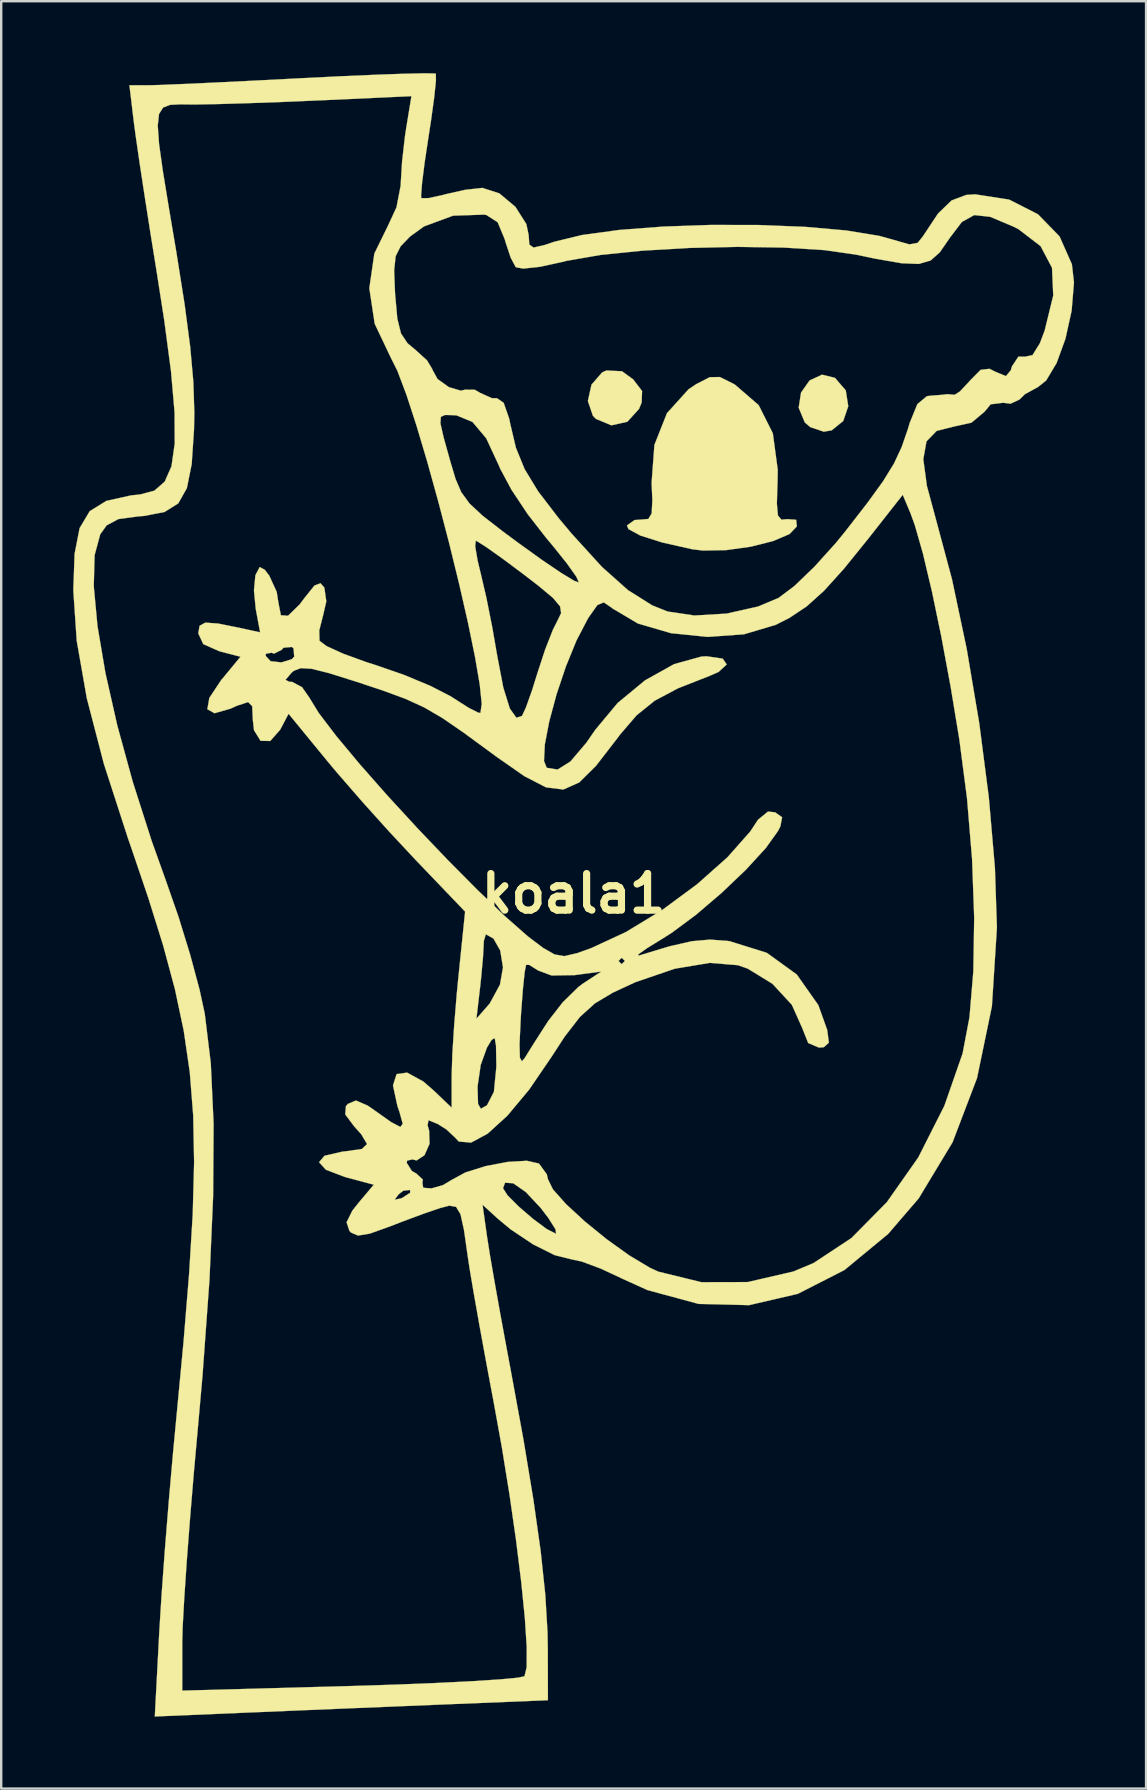
<source format=kicad_pcb>
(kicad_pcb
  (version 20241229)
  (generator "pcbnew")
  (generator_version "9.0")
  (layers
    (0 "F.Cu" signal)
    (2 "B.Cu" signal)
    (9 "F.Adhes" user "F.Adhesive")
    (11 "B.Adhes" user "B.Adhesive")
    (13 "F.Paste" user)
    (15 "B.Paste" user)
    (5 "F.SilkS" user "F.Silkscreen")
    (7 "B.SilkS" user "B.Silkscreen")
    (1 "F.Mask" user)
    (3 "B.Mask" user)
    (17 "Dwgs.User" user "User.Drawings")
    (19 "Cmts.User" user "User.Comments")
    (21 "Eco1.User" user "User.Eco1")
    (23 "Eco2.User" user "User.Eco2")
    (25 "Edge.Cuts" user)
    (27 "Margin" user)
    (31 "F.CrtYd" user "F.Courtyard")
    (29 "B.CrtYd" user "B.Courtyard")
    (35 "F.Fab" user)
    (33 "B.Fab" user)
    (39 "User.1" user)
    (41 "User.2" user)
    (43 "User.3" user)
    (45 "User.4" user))
  (footprint "koala1"
    (layer "F.Cu")
    (at 20.854 34.192)
    (property "Reference" "koala1" (at 0 0 0) (layer "F.SilkS") (effects (font (size 1.524 1.524) (thickness 0.3))))
    (attr through_hole)
    (fp_poly (pts (xy 10.895 -21.494) (xy 11.345 -20.97) (xy 11.448 -20.312) (xy 11.24 -19.699) (xy 10.758 -19.307) (xy 10.427 -19.251) (xy 9.862 -19.443) (xy 9.637 -19.637) (xy 9.382 -20.25) (xy 9.48 -20.88) (xy 9.836 -21.386) (xy 10.355 -21.627) (xy 10.895 -21.494)) (stroke (width 0.01) (type solid)) (fill yes) (layer "F.SilkS"))
    (fp_poly (pts (xy 2.02 -21.769) (xy 2.486 -21.429) (xy 2.856 -20.945) (xy 2.837 -20.466) (xy 2.727 -20.198) (xy 2.242 -19.665) (xy 1.576 -19.516) (xy 0.936 -19.782) (xy 0.805 -19.915) (xy 0.596 -20.53) (xy 0.748 -21.213) (xy 1.189 -21.719) (xy 1.369 -21.801) (xy 2.02 -21.769)) (stroke (width 0.01) (type solid)) (fill yes) (layer "F.SilkS"))
    (fp_poly (pts (xy 6.66 -21.249) (xy 6.729 -21.209) (xy 7.715 -20.358) (xy 8.305 -19.183) (xy 8.511 -17.657) (xy 8.501 -17.164) (xy 8.473 -16.25) (xy 8.518 -15.759) (xy 8.663 -15.584) (xy 8.906 -15.606) (xy 9.277 -15.579) (xy 9.307 -15.305) (xy 9.002 -14.985) (xy 8.31 -14.691) (xy 7.38 -14.457) (xy 6.36 -14.315) (xy 5.397 -14.297) (xy 4.946 -14.351) (xy 3.69 -14.635) (xy 2.782 -14.923) (xy 2.289 -15.191) (xy 2.225 -15.344) (xy 2.542 -15.568) (xy 2.837 -15.589) (xy 3.116 -15.614) (xy 3.255 -15.844) (xy 3.284 -16.398) (xy 3.252 -17.115) (xy 3.369 -18.699) (xy 3.893 -20.023) (xy 4.793 -21.019) (xy 5.113 -21.233) (xy 5.675 -21.522) (xy 6.097 -21.529) (xy 6.66 -21.249)) (stroke (width 0.01) (type solid)) (fill yes) (layer "F.SilkS"))
    (fp_poly (pts (xy -5.77 -34.178) (xy -5.74 -34.171) (xy -5.736 -33.88) (xy -5.808 -33.183) (xy -5.943 -32.202) (xy -6.04 -31.574) (xy -6.204 -30.486) (xy -6.314 -29.617) (xy -6.356 -29.086) (xy -6.345 -28.982) (xy -6.051 -28.984) (xy -5.453 -29.114) (xy -5.331 -29.148) (xy -4.519 -29.331) (xy -3.819 -29.41) (xy -3.8 -29.411) (xy -3.093 -29.183) (xy -2.423 -28.621) (xy -1.968 -27.905) (xy -1.872 -27.449) (xy -1.844 -27.05) (xy -1.667 -26.924) (xy -1.199 -27.033) (xy -0.81 -27.165) (xy 0.349 -27.447) (xy 1.904 -27.659) (xy 3.733 -27.799) (xy 5.716 -27.868) (xy 7.729 -27.864) (xy 9.651 -27.788) (xy 11.361 -27.637) (xy 12.737 -27.412) (xy 13.354 -27.241) (xy 13.992 -27.057) (xy 14.341 -27.121) (xy 14.557 -27.39) (xy 15.19 -28.343) (xy 15.754 -28.888) (xy 16.364 -29.117) (xy 16.739 -29.143) (xy 18.154 -28.923) (xy 19.354 -28.313) (xy 20.254 -27.39) (xy 20.768 -26.231) (xy 20.855 -25.47) (xy 20.758 -24.294) (xy 20.501 -23.128) (xy 20.131 -22.111) (xy 19.696 -21.384) (xy 19.352 -21.11) (xy 18.813 -20.815) (xy 18.586 -20.593) (xy 18.216 -20.418) (xy 17.907 -20.456) (xy 17.382 -20.392) (xy 17.127 -20.082) (xy 16.583 -19.626) (xy 15.858 -19.467) (xy 15.132 -19.284) (xy 14.708 -18.847) (xy 14.576 -18.102) (xy 14.725 -16.993) (xy 15.09 -15.641) (xy 15.772 -13.098) (xy 16.386 -10.195) (xy 16.907 -7.107) (xy 17.307 -4.006) (xy 17.561 -1.065) (xy 17.644 1.417) (xy 17.435 4.698) (xy 16.815 7.688) (xy 15.795 10.365) (xy 14.382 12.705) (xy 13.109 14.185) (xy 11.288 15.689) (xy 9.347 16.68) (xy 7.312 17.152) (xy 5.213 17.101) (xy 3.077 16.523) (xy 2.035 16.05) (xy 1.133 15.629) (xy 0.348 15.336) (xy -0.104 15.239) (xy -0.786 15.068) (xy -1.683 14.621) (xy -2.624 13.992) (xy -3.166 13.541) (xy -3.793 12.967) (xy -3.605 14.304) (xy -3.489 15.041) (xy -3.294 16.172) (xy -3.045 17.566) (xy -2.763 19.093) (xy -2.633 19.785) (xy -2.088 22.757) (xy -1.671 25.277) (xy -1.37 27.41) (xy -1.178 29.223) (xy -1.086 30.78) (xy -1.074 31.447) (xy -1.069 33.617) (xy -5.281 33.788) (xy -7.178 33.866) (xy -9.315 33.954) (xy -11.442 34.042) (xy -13.309 34.121) (xy -13.472 34.127) (xy -17.452 34.295) (xy -17.263 30.717) (xy -17.17 29.225) (xy -17.035 27.377) (xy -16.872 25.351) (xy -16.694 23.321) (xy -16.567 21.986) (xy -16.255 18.685) (xy -16.022 15.838) (xy -15.872 13.367) (xy -15.814 11.197) (xy -15.852 9.25) (xy -15.994 7.449) (xy -16.246 5.718) (xy -16.614 3.981) (xy -17.104 2.161) (xy -17.723 0.18) (xy -18.476 -2.036) (xy -18.564 -2.286) (xy -19.575 -5.407) (xy -20.286 -8.142) (xy -20.707 -10.539) (xy -20.849 -12.646) (xy -20.843 -12.806) (xy -19.996 -12.806) (xy -19.841 -11.148) (xy -19.51 -9.194) (xy -19.016 -7.008) (xy -18.37 -4.655) (xy -17.584 -2.199) (xy -16.981 -0.513) (xy -16.461 0.978) (xy -15.977 2.551) (xy -15.587 4.004) (xy -15.37 5.009) (xy -15.119 7.068) (xy -15.002 9.594) (xy -15.021 12.599) (xy -15.174 16.093) (xy -15.464 20.089) (xy -15.641 22.084) (xy -15.823 24.107) (xy -15.986 26.064) (xy -16.123 27.86) (xy -16.227 29.398) (xy -16.292 30.581) (xy -16.309 31.227) (xy -16.309 33.217) (xy -9.291 33.025) (xy -7.402 32.966) (xy -5.689 32.897) (xy -4.223 32.824) (xy -3.078 32.75) (xy -2.327 32.679) (xy -2.046 32.62) (xy -1.954 32.238) (xy -1.952 31.405) (xy -2.03 30.195) (xy -2.182 28.683) (xy -2.398 26.942) (xy -2.67 25.048) (xy -2.989 23.074) (xy -3.318 21.256) (xy -3.626 19.612) (xy -3.912 18.052) (xy -4.153 16.692) (xy -4.33 15.647) (xy -4.412 15.106) (xy -4.568 14.015) (xy -4.712 13.362) (xy -4.897 13.056) (xy -5.177 13.005) (xy -5.559 13.104) (xy -6.228 13.333) (xy -7.133 13.669) (xy -7.663 13.874) (xy -8.494 14.172) (xy -8.985 14.251) (xy -9.276 14.126) (xy -9.342 14.056) (xy -9.459 13.699) (xy -9.219 13.212) (xy -8.983 12.914) (xy -8.852 12.758) (xy -7.459 12.758) (xy -7.191 12.702) (xy -7.141 12.683) (xy -6.813 12.471) (xy -6.811 12.351) (xy -7.094 12.381) (xy -7.29 12.533) (xy -7.459 12.758) (xy -8.852 12.758) (xy -8.326 12.132) (xy -9.531 11.81) (xy -10.324 11.507) (xy -10.607 11.195) (xy -10.38 10.926) (xy -9.642 10.755) (xy -9.538 10.745) (xy -8.824 10.644) (xy -8.606 10.439) (xy -8.847 10.031) (xy -9.14 9.706) (xy -9.515 9.204) (xy -9.487 8.859) (xy -9.41 8.768) (xy -9.071 8.623) (xy -8.58 8.835) (xy -8.357 8.989) (xy -7.606 9.522) (xy -7.216 9.726) (xy -7.12 9.592) (xy -7.252 9.111) (xy -7.34 8.858) (xy -7.526 7.995) (xy -7.375 7.522) (xy -6.936 7.461) (xy -6.258 7.834) (xy -5.83 8.205) (xy -5.08 8.923) (xy -5.08 8.121) (xy -4.001 8.121) (xy -3.98 8.764) (xy -3.864 8.966) (xy -3.609 8.823) (xy -3.32 8.261) (xy -3.218 7.225) (xy -3.218 7.119) (xy -3.232 6.335) (xy -3.245 6.262) (xy -2.252 6.262) (xy -2.238 6.835) (xy -2.154 6.989) (xy -2.035 6.853) (xy -1.708 6.325) (xy -1.237 5.589) (xy -1.046 5.296) (xy -0.449 4.528) (xy 0.208 3.886) (xy 0.401 3.743) (xy 1.156 3.248) (xy 0.046 3.397) (xy -0.919 3.413) (xy -1.474 3.205) (xy -1.848 2.972) (xy -1.978 2.97) (xy -2.037 3.267) (xy -2.11 3.964) (xy -2.184 4.926) (xy -2.202 5.214) (xy -2.252 6.262) (xy -3.245 6.262) (xy -3.286 6.018) (xy -3.418 6.1) (xy -3.609 6.417) (xy -3.87 7.141) (xy -3.999 8.022) (xy -4.001 8.121) (xy -5.08 8.121) (xy -5.08 7.565) (xy -5.052 6.694) (xy -4.976 5.49) (xy -4.953 5.214) (xy -4.049 5.214) (xy -3.495 4.582) (xy -3.067 3.793) (xy -2.941 3.078) (xy -2.985 2.807) (xy 1.872 2.807) (xy 2.005 2.941) (xy 2.139 2.807) (xy 2.005 2.674) (xy 1.872 2.807) (xy -2.985 2.807) (xy -3.057 2.368) (xy -3.337 1.876) (xy -3.342 1.872) (xy -3.655 1.696) (xy -3.742 1.981) (xy -3.743 2.069) (xy -3.774 2.646) (xy -3.851 3.495) (xy -3.896 3.906) (xy -4.049 5.214) (xy -4.953 5.214) (xy -4.865 4.151) (xy -4.8 3.479) (xy -4.52 0.751) (xy -6.607 -1.429) (xy -7.677 -2.575) (xy -8.815 -3.84) (xy -9.846 -5.027) (xy -10.286 -5.552) (xy -11.878 -7.495) (xy -12.226 -6.832) (xy -12.641 -6.36) (xy -13.046 -6.368) (xy -13.318 -6.81) (xy -13.368 -7.248) (xy -13.393 -7.811) (xy -13.562 -7.982) (xy -14.019 -7.833) (xy -14.299 -7.707) (xy -14.964 -7.518) (xy -15.263 -7.684) (xy -15.18 -8.155) (xy -14.699 -8.88) (xy -14.691 -8.89) (xy -14.676 -8.907) (xy -12.006 -8.907) (xy -11.838 -8.825) (xy -11.731 -8.823) (xy -11.317 -8.604) (xy -11.027 -8.19) (xy -10.618 -7.525) (xy -9.891 -6.57) (xy -8.918 -5.402) (xy -7.769 -4.098) (xy -6.515 -2.734) (xy -5.229 -1.386) (xy -3.982 -0.13) (xy -2.845 0.955) (xy -1.89 1.795) (xy -1.265 2.265) (xy -0.791 2.536) (xy -0.383 2.606) (xy 0.168 2.476) (xy 0.741 2.27) (xy 2.179 1.603) (xy 3.689 0.686) (xy 5.142 -0.385) (xy 6.411 -1.511) (xy 7.369 -2.594) (xy 7.687 -3.079) (xy 8.102 -3.418) (xy 8.401 -3.387) (xy 8.692 -3.181) (xy 8.62 -2.805) (xy 8.522 -2.611) (xy 8.013 -1.9) (xy 7.19 -1.002) (xy 6.178 -0.036) (xy 5.105 0.881) (xy 4.095 1.631) (xy 3.739 1.857) (xy 3.064 2.273) (xy 2.694 2.535) (xy 2.708 2.587) (xy 2.713 2.585) (xy 3.991 2.199) (xy 4.93 1.984) (xy 5.687 1.917) (xy 6.418 1.972) (xy 6.504 1.984) (xy 8.051 2.466) (xy 9.303 3.372) (xy 10.2 4.646) (xy 10.571 5.682) (xy 10.641 6.212) (xy 10.432 6.402) (xy 10.222 6.417) (xy 9.778 6.227) (xy 9.529 5.601) (xy 9.528 5.597) (xy 9.096 4.633) (xy 8.288 3.759) (xy 7.258 3.127) (xy 6.851 2.984) (xy 5.678 2.887) (xy 4.22 3.13) (xy 2.584 3.689) (xy 1.636 4.128) (xy 0.891 4.574) (xy 0.264 5.14) (xy -0.371 5.961) (xy -0.903 6.78) (xy -1.848 8.165) (xy -2.756 9.253) (xy -3.578 10.003) (xy -4.269 10.377) (xy -4.781 10.334) (xy -4.945 10.161) (xy -5.298 9.83) (xy -5.655 9.604) (xy -6.044 9.444) (xy -6.085 9.653) (xy -6.019 9.883) (xy -6.003 10.429) (xy -6.213 10.904) (xy -6.542 11.121) (xy -6.715 11.077) (xy -6.937 11.129) (xy -6.952 11.222) (xy -6.738 11.562) (xy -6.552 11.667) (xy -6.281 11.919) (xy -6.3 12.06) (xy -6.265 12.261) (xy -5.918 12.285) (xy -5.898 12.279) (xy -2.941 12.279) (xy -2.749 12.578) (xy -2.276 13.051) (xy -1.68 13.563) (xy -1.117 13.981) (xy -0.745 14.169) (xy -0.729 14.171) (xy -0.754 13.987) (xy -1.054 13.514) (xy -1.369 13.101) (xy -1.99 12.438) (xy -2.514 12.072) (xy -2.855 12.049) (xy -2.941 12.279) (xy -5.898 12.279) (xy -5.443 12.15) (xy -5.101 11.944) (xy -4.509 11.621) (xy -3.662 11.356) (xy -2.746 11.182) (xy -1.947 11.135) (xy -1.449 11.248) (xy -1.435 11.259) (xy -1.116 11.697) (xy -1.069 11.902) (xy -0.862 12.324) (xy -0.31 12.944) (xy 0.477 13.67) (xy 1.394 14.414) (xy 2.331 15.085) (xy 3.183 15.594) (xy 3.534 15.756) (xy 5.329 16.195) (xy 7.256 16.19) (xy 9.161 15.75) (xy 10.003 15.397) (xy 11.582 14.355) (xy 13.055 12.862) (xy 14.365 10.998) (xy 15.453 8.846) (xy 16.214 6.661) (xy 16.5 5.158) (xy 16.661 3.239) (xy 16.697 1.009) (xy 16.609 -1.428) (xy 16.398 -3.967) (xy 16.079 -6.417) (xy 15.714 -8.629) (xy 15.326 -10.718) (xy 14.935 -12.596) (xy 14.561 -14.173) (xy 14.221 -15.362) (xy 14.044 -15.847) (xy 13.719 -16.621) (xy 12.287 -14.799) (xy 11.262 -13.532) (xy 10.436 -12.619) (xy 9.714 -11.969) (xy 8.997 -11.491) (xy 8.422 -11.199) (xy 7.101 -10.807) (xy 5.592 -10.698) (xy 4.063 -10.853) (xy 2.682 -11.256) (xy 1.616 -11.888) (xy 1.578 -11.922) (xy 1.259 -12.137) (xy 0.993 -12.026) (xy 0.634 -11.519) (xy 0.588 -11.444) (xy 0.123 -10.551) (xy -0.32 -9.465) (xy -0.71 -8.302) (xy -1.013 -7.18) (xy -1.198 -6.216) (xy -1.232 -5.527) (xy -1.118 -5.243) (xy -0.665 -5.17) (xy -0.132 -5.505) (xy 0.529 -6.282) (xy 0.909 -6.831) (xy 1.84 -7.947) (xy 2.981 -8.889) (xy 4.191 -9.564) (xy 5.327 -9.879) (xy 5.548 -9.89) (xy 6.215 -9.793) (xy 6.383 -9.55) (xy 6.041 -9.236) (xy 5.682 -9.079) (xy 4.348 -8.554) (xy 3.382 -8.04) (xy 2.629 -7.433) (xy 1.936 -6.627) (xy 1.788 -6.428) (xy 0.936 -5.326) (xy 0.235 -4.633) (xy -0.424 -4.338) (xy -1.149 -4.428) (xy -2.048 -4.892) (xy -3.231 -5.717) (xy -3.412 -5.851) (xy -4.577 -6.705) (xy -5.465 -7.316) (xy -6.227 -7.761) (xy -7.012 -8.12) (xy -7.971 -8.472) (xy -9.067 -8.835) (xy -10.186 -9.187) (xy -10.916 -9.369) (xy -11.369 -9.397) (xy -11.657 -9.287) (xy -11.755 -9.204) (xy -12.006 -8.907) (xy -14.676 -8.907) (xy -13.881 -9.872) (xy -14.023 -9.908) (xy -12.834 -9.908) (xy -12.624 -9.685) (xy -12.173 -9.636) (xy -11.746 -9.768) (xy -11.642 -9.874) (xy -11.671 -10.22) (xy -11.741 -10.28) (xy -12.088 -10.248) (xy -12.165 -10.16) (xy -12.485 -10.001) (xy -12.585 -10.038) (xy -12.818 -9.998) (xy -12.834 -9.908) (xy -14.023 -9.908) (xy -14.761 -10.1) (xy -15.433 -10.398) (xy -15.641 -10.845) (xy -15.586 -11.162) (xy -15.347 -11.293) (xy -14.809 -11.254) (xy -13.951 -11.082) (xy -13.063 -10.888) (xy -13.245 -11.859) (xy -13.32 -12.636) (xy -13.262 -13.25) (xy -13.245 -13.3) (xy -13.079 -13.61) (xy -12.871 -13.497) (xy -12.681 -13.25) (xy -12.371 -12.572) (xy -12.299 -12.114) (xy -12.198 -11.601) (xy -11.901 -11.579) (xy -11.421 -12.046) (xy -11.208 -12.329) (xy -10.799 -12.838) (xy -10.546 -12.934) (xy -10.386 -12.751) (xy -10.305 -12.179) (xy -10.437 -11.606) (xy -10.6 -10.964) (xy -10.588 -10.536) (xy -10.29 -10.312) (xy -9.602 -9.999) (xy -8.652 -9.653) (xy -8.238 -9.521) (xy -7.067 -9.116) (xy -5.962 -8.655) (xy -5.124 -8.224) (xy -4.992 -8.139) (xy -4.371 -7.743) (xy -3.961 -7.537) (xy -3.881 -7.529) (xy -3.827 -7.904) (xy -3.909 -8.708) (xy -4.106 -9.86) (xy -4.397 -11.278) (xy -4.762 -12.88) (xy -5.152 -14.473) (xy -4.1 -14.473) (xy -3.998 -13.875) (xy -3.865 -13.322) (xy -3.634 -12.332) (xy -3.386 -11.088) (xy -3.182 -9.913) (xy -2.928 -8.584) (xy -2.657 -7.713) (xy -2.382 -7.328) (xy -2.147 -7.408) (xy -1.983 -7.761) (xy -1.733 -8.465) (xy -1.495 -9.224) (xy -1.182 -10.177) (xy -0.863 -10.99) (xy -0.662 -11.392) (xy -0.519 -11.689) (xy -0.56 -11.968) (xy -0.853 -12.319) (xy -1.465 -12.831) (xy -2.114 -13.33) (xy -2.952 -13.955) (xy -3.624 -14.432) (xy -4.021 -14.684) (xy -4.076 -14.705) (xy -4.1 -14.473) (xy -5.152 -14.473) (xy -5.179 -14.584) (xy -5.629 -16.308) (xy -6.09 -17.972) (xy -6.542 -19.491) (xy -6.576 -19.597) (xy -5.549 -19.597) (xy -5.419 -19.025) (xy -5.146 -18.045) (xy -5.136 -18.009) (xy -4.917 -17.277) (xy -4.68 -16.728) (xy -4.334 -16.255) (xy -3.79 -15.748) (xy -2.957 -15.101) (xy -2.288 -14.605) (xy -1.321 -13.91) (xy -0.519 -13.367) (xy 0.026 -13.036) (xy 0.221 -12.966) (xy 0.115 -13.208) (xy -0.271 -13.752) (xy -0.866 -14.497) (xy -1.141 -14.824) (xy -1.909 -15.81) (xy -2.591 -16.837) (xy -3.057 -17.707) (xy -3.108 -17.831) (xy -3.641 -18.976) (xy -4.209 -19.654) (xy -4.871 -19.928) (xy -5.022 -19.94) (xy -5.357 -19.948) (xy -5.53 -19.869) (xy -5.549 -19.597) (xy -6.576 -19.597) (xy -6.964 -20.786) (xy -7.336 -21.774) (xy -7.634 -22.372) (xy -8.288 -23.75) (xy -8.512 -25.23) (xy -8.404 -25.976) (xy -7.478 -25.976) (xy -7.441 -25.043) (xy -7.435 -24.952) (xy -7.345 -23.961) (xy -7.192 -23.343) (xy -6.917 -22.934) (xy -6.603 -22.672) (xy -6.108 -22.225) (xy -5.883 -21.852) (xy -5.882 -21.833) (xy -5.669 -21.445) (xy -5.192 -21.105) (xy -4.695 -20.96) (xy -4.523 -21.002) (xy -4.115 -20.998) (xy -3.893 -20.868) (xy -3.4 -20.646) (xy -3.189 -20.645) (xy -2.912 -20.453) (xy -2.682 -19.792) (xy -2.637 -19.568) (xy -2.403 -18.582) (xy -2.04 -17.691) (xy -1.475 -16.762) (xy -0.633 -15.662) (xy -0.084 -15.006) (xy 1.176 -13.622) (xy 2.269 -12.647) (xy 3.278 -12.013) (xy 3.917 -11.756) (xy 5.038 -11.59) (xy 6.376 -11.669) (xy 7.69 -11.964) (xy 8.544 -12.324) (xy 9.201 -12.817) (xy 10.04 -13.624) (xy 10.936 -14.618) (xy 11.316 -15.085) (xy 12.246 -16.282) (xy 12.902 -17.189) (xy 13.355 -17.926) (xy 13.675 -18.612) (xy 13.935 -19.365) (xy 14.009 -19.616) (xy 14.328 -20.399) (xy 14.72 -20.727) (xy 14.852 -20.748) (xy 15.386 -20.79) (xy 15.574 -20.815) (xy 15.878 -20.788) (xy 16.098 -20.924) (xy 16.492 -21.345) (xy 16.529 -21.389) (xy 16.965 -21.828) (xy 17.332 -21.872) (xy 17.602 -21.738) (xy 18.02 -21.567) (xy 18.225 -21.815) (xy 18.271 -21.974) (xy 18.539 -22.378) (xy 18.814 -22.376) (xy 19.127 -22.442) (xy 19.435 -22.939) (xy 19.632 -23.458) (xy 19.991 -24.924) (xy 19.94 -26.081) (xy 19.464 -26.984) (xy 18.546 -27.688) (xy 18.323 -27.802) (xy 17.363 -28.206) (xy 16.699 -28.279) (xy 16.183 -27.992) (xy 15.67 -27.317) (xy 15.641 -27.272) (xy 15.262 -26.724) (xy 14.883 -26.387) (xy 14.389 -26.242) (xy 13.67 -26.271) (xy 12.611 -26.454) (xy 11.764 -26.631) (xy 10.455 -26.818) (xy 8.764 -26.924) (xy 6.839 -26.953) (xy 4.825 -26.909) (xy 2.87 -26.795) (xy 1.121 -26.616) (xy -0.277 -26.374) (xy -0.491 -26.321) (xy -1.404 -26.122) (xy -2.097 -26.048) (xy -2.409 -26.105) (xy -2.62 -26.503) (xy -2.843 -27.173) (xy -2.869 -27.272) (xy -3.163 -27.979) (xy -3.629 -28.279) (xy -3.727 -28.297) (xy -5.02 -28.254) (xy -6.234 -27.806) (xy -6.816 -27.384) (xy -7.209 -26.975) (xy -7.415 -26.563) (xy -7.478 -25.976) (xy -8.404 -25.976) (xy -8.303 -26.673) (xy -7.736 -27.831) (xy -7.38 -28.601) (xy -7.206 -29.504) (xy -7.203 -29.585) (xy -7.147 -30.505) (xy -7.025 -31.575) (xy -6.972 -31.924) (xy -6.757 -33.234) (xy -10.531 -33.061) (xy -12.054 -32.996) (xy -13.532 -32.943) (xy -14.81 -32.905) (xy -15.734 -32.888) (xy -15.842 -32.887) (xy -16.398 -32.894) (xy -16.818 -32.872) (xy -17.108 -32.759) (xy -17.276 -32.492) (xy -17.33 -32.009) (xy -17.275 -31.246) (xy -17.121 -30.14) (xy -16.874 -28.629) (xy -16.553 -26.726) (xy -16.209 -24.553) (xy -15.977 -22.789) (xy -15.846 -21.322) (xy -15.805 -20.043) (xy -15.818 -19.346) (xy -15.915 -17.899) (xy -16.116 -16.898) (xy -16.475 -16.262) (xy -17.047 -15.904) (xy -17.885 -15.741) (xy -18.137 -15.721) (xy -18.971 -15.608) (xy -19.459 -15.348) (xy -19.727 -14.973) (xy -19.962 -14.102) (xy -19.996 -12.806) (xy -20.843 -12.806) (xy -20.795 -14.161) (xy -20.586 -15.231) (xy -20.165 -15.939) (xy -19.473 -16.366) (xy -18.455 -16.593) (xy -18.054 -16.637) (xy -17.47 -16.793) (xy -17.039 -17.17) (xy -16.757 -17.81) (xy -16.622 -18.759) (xy -16.629 -20.061) (xy -16.776 -21.759) (xy -17.06 -23.899) (xy -17.359 -25.818) (xy -17.627 -27.483) (xy -17.877 -29.081) (xy -18.092 -30.491) (xy -18.251 -31.591) (xy -18.326 -32.151) (xy -18.51 -33.688) (xy -17.713 -33.688) (xy -17.209 -33.702) (xy -16.266 -33.741) (xy -14.977 -33.8) (xy -13.437 -33.875) (xy -11.74 -33.962) (xy -11.379 -33.981) (xy -9.717 -34.063) (xy -8.245 -34.127) (xy -7.043 -34.169) (xy -6.191 -34.187) (xy -5.77 -34.178)) (stroke (width 0.01) (type solid)) (fill yes) (layer "F.SilkS")))
  (gr_rect
    (start -3 -3)
    (end 44.714 71.493)
    (stroke (width 0.1) (type default))
    (fill no)
    (layer "Edge.Cuts")))
</source>
